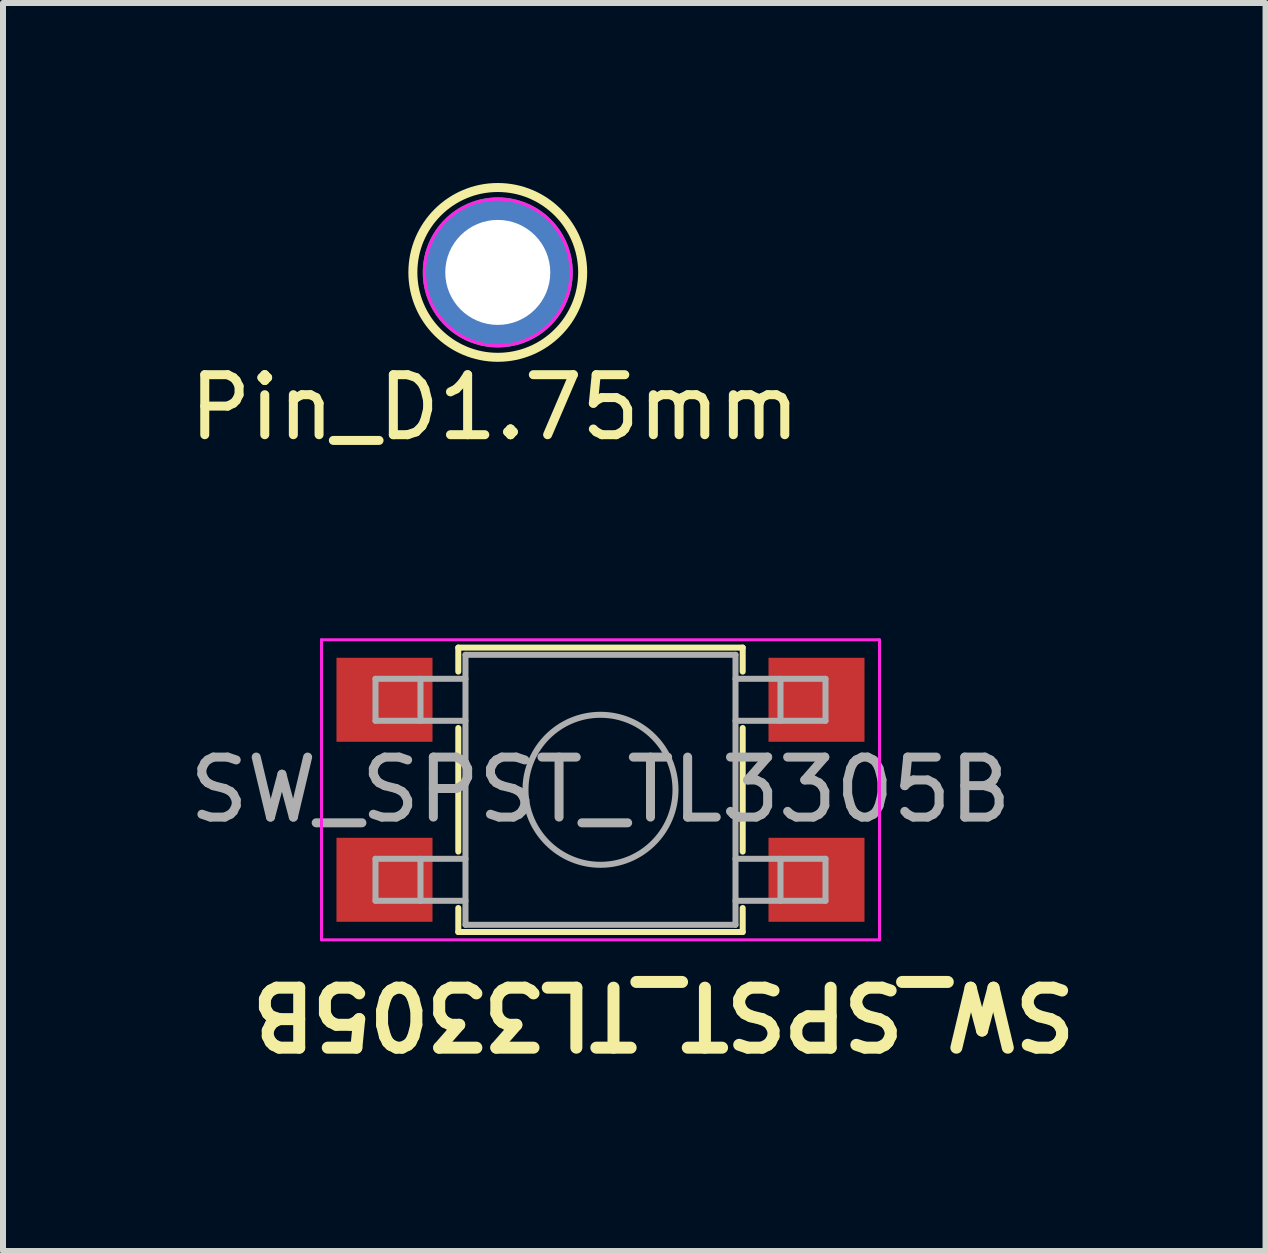
<source format=kicad_pcb>
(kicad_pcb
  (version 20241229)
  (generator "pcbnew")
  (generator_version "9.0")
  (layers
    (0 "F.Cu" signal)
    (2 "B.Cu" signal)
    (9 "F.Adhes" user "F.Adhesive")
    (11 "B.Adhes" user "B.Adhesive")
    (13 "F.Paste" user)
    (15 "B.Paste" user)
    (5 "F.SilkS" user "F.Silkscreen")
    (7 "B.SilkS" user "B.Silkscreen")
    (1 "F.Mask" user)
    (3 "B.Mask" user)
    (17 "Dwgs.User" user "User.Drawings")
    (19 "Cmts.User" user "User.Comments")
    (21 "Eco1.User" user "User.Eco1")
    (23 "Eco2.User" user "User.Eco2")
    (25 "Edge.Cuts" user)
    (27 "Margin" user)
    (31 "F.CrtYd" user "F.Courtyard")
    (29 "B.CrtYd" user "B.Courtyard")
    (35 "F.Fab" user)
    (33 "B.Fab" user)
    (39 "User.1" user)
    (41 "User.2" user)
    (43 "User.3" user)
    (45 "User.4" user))
  (footprint "Pin_D1.75mm"
    (layer "F.Cu")
    (at 5.246 1.49)
    (property "Reference" "Pin_D1.75mm" (at -0.05 2.25 0) (layer "F.SilkS") (effects (font (size 1 1) (thickness 0.15))))
    (attr through_hole)
    (fp_circle (center 0 0) (end 1.415 0) (stroke (width 0.15) (type solid)) (fill no) (layer "F.SilkS"))
    (fp_circle (center 0 0) (end -0.7 -1) (stroke (width 0.05) (type default)) (fill no) (layer "F.CrtYd"))
    (pad "1" thru_hole circle (at 0 0) (size 2.5 2.5) (drill 1.75) (layers "*.Cu" "*.Mask")))
  (footprint "SW_SPST_TL3305B"
    (layer "F.Cu")
    (at 6.958 10.113)
    (property "Reference" "SW_SPST_TL3305B" (at 1.05 3.75 180) (unlocked yes) (layer "F.SilkS") (effects (font (size 1 1) (thickness 0.2))))
    (attr smd)
    (fp_line (start -2.37 -2.37) (end -2.37 -1.97) (stroke (width 0.1) (type solid)) (layer "F.SilkS"))
    (fp_line (start -2.37 -2.37) (end 2.37 -2.37) (stroke (width 0.1) (type solid)) (layer "F.SilkS"))
    (fp_line (start -2.37 1.03) (end -2.37 -1.03) (stroke (width 0.1) (type solid)) (layer "F.SilkS"))
    (fp_line (start -2.37 2.37) (end -2.37 1.97) (stroke (width 0.1) (type solid)) (layer "F.SilkS"))
    (fp_line (start -2.37 2.37) (end 2.37 2.37) (stroke (width 0.1) (type solid)) (layer "F.SilkS"))
    (fp_line (start 2.37 -2.37) (end 2.37 -1.97) (stroke (width 0.1) (type solid)) (layer "F.SilkS"))
    (fp_line (start 2.37 1.03) (end 2.37 -1.03) (stroke (width 0.1) (type solid)) (layer "F.SilkS"))
    (fp_line (start 2.37 2.37) (end 2.37 1.97) (stroke (width 0.1) (type solid)) (layer "F.SilkS"))
    (fp_line (start -4.65 -2.5) (end 4.65 -2.5) (stroke (width 0.05) (type solid)) (layer "F.CrtYd"))
    (fp_line (start -4.65 2.5) (end -4.65 -2.5) (stroke (width 0.05) (type solid)) (layer "F.CrtYd"))
    (fp_line (start 4.65 -2.5) (end 4.65 2.5) (stroke (width 0.05) (type solid)) (layer "F.CrtYd"))
    (fp_line (start 4.65 2.5) (end -4.65 2.5) (stroke (width 0.05) (type solid)) (layer "F.CrtYd"))
    (fp_line (start -3.75 -1.85) (end -3.75 -1.15) (stroke (width 0.1) (type solid)) (layer "F.Fab"))
    (fp_line (start -3.75 -1.15) (end -2.25 -1.15) (stroke (width 0.1) (type solid)) (layer "F.Fab"))
    (fp_line (start -3.75 1.15) (end -3.75 1.85) (stroke (width 0.1) (type solid)) (layer "F.Fab"))
    (fp_line (start -3.75 1.85) (end -2.25 1.85) (stroke (width 0.1) (type solid)) (layer "F.Fab"))
    (fp_line (start -3 -1.85) (end -3 -1.15) (stroke (width 0.1) (type solid)) (layer "F.Fab"))
    (fp_line (start -3 1.15) (end -3 1.85) (stroke (width 0.1) (type solid)) (layer "F.Fab"))
    (fp_line (start -2.25 -2.25) (end 2.25 -2.25) (stroke (width 0.1) (type solid)) (layer "F.Fab"))
    (fp_line (start -2.25 -1.85) (end -3.75 -1.85) (stroke (width 0.1) (type solid)) (layer "F.Fab"))
    (fp_line (start -2.25 1.15) (end -3.75 1.15) (stroke (width 0.1) (type solid)) (layer "F.Fab"))
    (fp_line (start -2.25 2.25) (end -2.25 -2.25) (stroke (width 0.1) (type solid)) (layer "F.Fab"))
    (fp_line (start 2.25 -2.25) (end 2.25 2.25) (stroke (width 0.1) (type solid)) (layer "F.Fab"))
    (fp_line (start 2.25 -1.15) (end 3.75 -1.15) (stroke (width 0.1) (type solid)) (layer "F.Fab"))
    (fp_line (start 2.25 1.15) (end 3.75 1.15) (stroke (width 0.1) (type solid)) (layer "F.Fab"))
    (fp_line (start 2.25 2.25) (end -2.25 2.25) (stroke (width 0.1) (type solid)) (layer "F.Fab"))
    (fp_line (start 3 -1.85) (end 3 -1.15) (stroke (width 0.1) (type solid)) (layer "F.Fab"))
    (fp_line (start 3 1.15) (end 3 1.85) (stroke (width 0.1) (type solid)) (layer "F.Fab"))
    (fp_line (start 3.75 -1.85) (end 2.25 -1.85) (stroke (width 0.1) (type solid)) (layer "F.Fab"))
    (fp_line (start 3.75 -1.15) (end 3.75 -1.85) (stroke (width 0.1) (type solid)) (layer "F.Fab"))
    (fp_line (start 3.75 1.15) (end 3.75 1.85) (stroke (width 0.1) (type solid)) (layer "F.Fab"))
    (fp_line (start 3.75 1.85) (end 2.25 1.85) (stroke (width 0.1) (type solid)) (layer "F.Fab"))
    (fp_circle (center 0 0) (end 1.25 0) (stroke (width 0.1) (type solid)) (fill no) (layer "F.Fab"))
    (fp_text user "${REFERENCE}" (at 0 0 0) (unlocked yes) (layer "F.Fab") (effects (font (size 1 1) (thickness 0.15))))
    (pad "1" smd rect (at -3.6 -1.5) (size 1.6 1.4) (layers "F.Cu" "F.Mask" "F.Paste"))
    (pad "1" smd rect (at 3.6 -1.5) (size 1.6 1.4) (layers "F.Cu" "F.Mask" "F.Paste"))
    (pad "2" smd rect (at -3.6 1.5) (size 1.6 1.4) (layers "F.Cu" "F.Mask" "F.Paste"))
    (pad "2" smd rect (at 3.6 1.5) (size 1.6 1.4) (layers "F.Cu" "F.Mask" "F.Paste")))
  (gr_rect
    (start -3 -3)
    (end 18.042 17.799)
    (stroke (width 0.1) (type default))
    (fill no)
    (layer "Edge.Cuts")))
</source>
